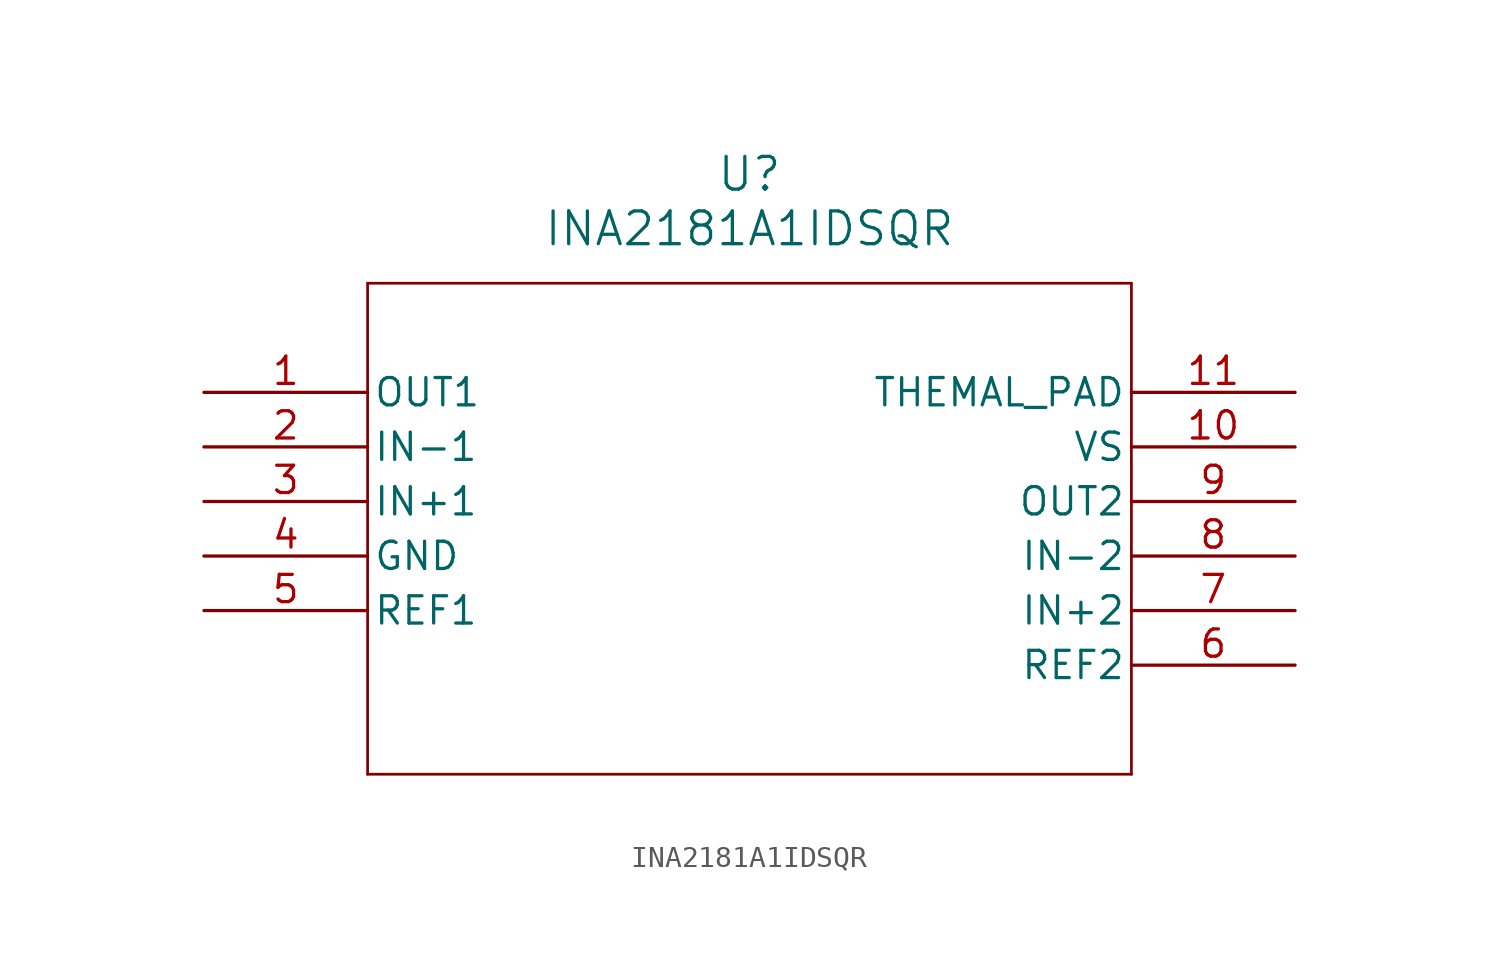
<source format=kicad_sym>
(kicad_symbol_lib
  (version 20211014)
  (generator kicad_symbol_editor)
  (symbol "INA2181A1IDSQR"
    (pin_names
      (offset 0.254))
    (property "Reference" "U"
      (at 25.4 10.16 0)
      (effects (font (size 1.524 1.524))))
    (property "Value" "INA2181A1IDSQR"
      (at 25.4 7.62 0)
      (effects (font (size 1.524 1.524))))
    (symbol "INA2181A1IDSQR_0_1"
      (polyline (pts (xy 7.62 5.08) (xy 7.62 -17.78)) (stroke (width 0.127) (type default) (color 0 0 0 0)) (fill (type none)))
      (polyline (pts (xy 7.62 -17.78) (xy 43.18 -17.78)) (stroke (width 0.127) (type default) (color 0 0 0 0)) (fill (type none)))
      (polyline (pts (xy 43.18 -17.78) (xy 43.18 5.08)) (stroke (width 0.127) (type default) (color 0 0 0 0)) (fill (type none)))
      (polyline (pts (xy 43.18 5.08) (xy 7.62 5.08)) (stroke (width 0.127) (type default) (color 0 0 0 0)) (fill (type none)))
      (pin output line (at 0 0 0) (length 7.62) (name "OUT1" (effects (font (size 1.27 1.27)))) (number "1" (effects (font (size 1.27 1.27)))))
      (pin input line (at 0 -2.54 0) (length 7.62) (name "IN-1" (effects (font (size 1.27 1.27)))) (number "2" (effects (font (size 1.27 1.27)))))
      (pin input line (at 0 -5.08 0) (length 7.62) (name "IN+1" (effects (font (size 1.27 1.27)))) (number "3" (effects (font (size 1.27 1.27)))))
      (pin power_out line (at 0 -7.62 0) (length 7.62) (name "GND" (effects (font (size 1.27 1.27)))) (number "4" (effects (font (size 1.27 1.27)))))
      (pin input line (at 0 -10.16 0) (length 7.62) (name "REF1" (effects (font (size 1.27 1.27)))) (number "5" (effects (font (size 1.27 1.27)))))
      (pin input line (at 50.8 -12.7 180) (length 7.62) (name "REF2" (effects (font (size 1.27 1.27)))) (number "6" (effects (font (size 1.27 1.27)))))
      (pin input line (at 50.8 -10.16 180) (length 7.62) (name "IN+2" (effects (font (size 1.27 1.27)))) (number "7" (effects (font (size 1.27 1.27)))))
      (pin input line (at 50.8 -7.62 180) (length 7.62) (name "IN-2" (effects (font (size 1.27 1.27)))) (number "8" (effects (font (size 1.27 1.27)))))
      (pin output line (at 50.8 -5.08 180) (length 7.62) (name "OUT2" (effects (font (size 1.27 1.27)))) (number "9" (effects (font (size 1.27 1.27)))))
      (pin power_in line (at 50.8 -2.54 180) (length 7.62) (name "VS" (effects (font (size 1.27 1.27)))) (number "10" (effects (font (size 1.27 1.27)))))
      (pin power_out line (at 50.8 0 180) (length 7.62) (name "THEMAL PAD" (effects (font (size 1.27 1.27)))) (number "11" (effects (font (size 1.27 1.27))))))))
</source>
